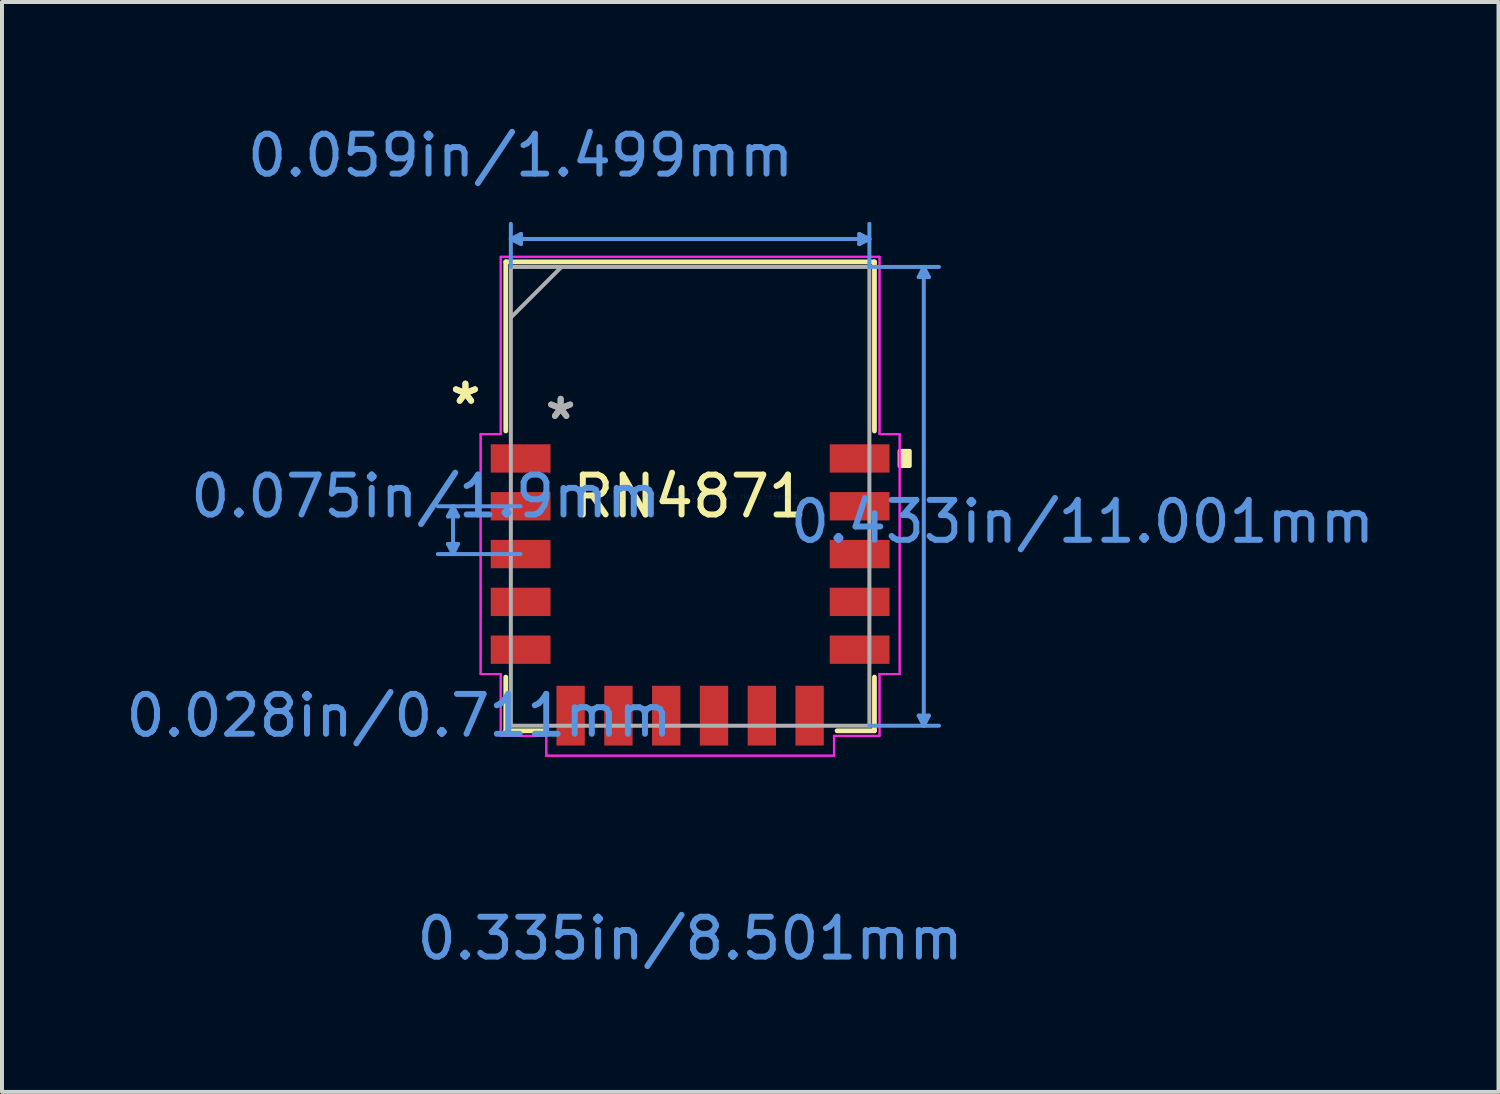
<source format=kicad_pcb>
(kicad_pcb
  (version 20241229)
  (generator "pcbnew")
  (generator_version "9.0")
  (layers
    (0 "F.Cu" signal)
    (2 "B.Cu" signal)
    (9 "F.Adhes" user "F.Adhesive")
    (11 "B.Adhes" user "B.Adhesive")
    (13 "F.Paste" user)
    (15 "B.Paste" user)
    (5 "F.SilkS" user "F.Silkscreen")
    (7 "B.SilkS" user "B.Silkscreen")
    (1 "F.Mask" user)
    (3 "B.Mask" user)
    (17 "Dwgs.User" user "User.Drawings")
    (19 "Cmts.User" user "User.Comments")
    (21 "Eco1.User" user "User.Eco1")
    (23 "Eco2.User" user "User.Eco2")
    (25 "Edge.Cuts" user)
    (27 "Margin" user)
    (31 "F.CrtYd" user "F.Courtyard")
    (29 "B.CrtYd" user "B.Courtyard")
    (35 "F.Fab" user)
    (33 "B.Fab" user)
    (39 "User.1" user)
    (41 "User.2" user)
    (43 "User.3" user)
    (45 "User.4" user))
  (footprint "RN4871"
    (layer "F.Cu")
    (at 14.257 9.397)
    (property "Reference" "RN4871" (at 0 0 0) (layer "F.SilkS") (effects (font (size 1 1) (thickness 0.15))))
    (attr through_hole)
    (fp_line (start -4.623 -5.88) (end -4.623 -1.638) (stroke (width 0.12) (type solid)) (layer "F.SilkS"))
    (fp_line (start -4.623 4.534) (end -4.623 5.88) (stroke (width 0.12) (type solid)) (layer "F.SilkS"))
    (fp_line (start -4.623 5.88) (end -3.686 5.88) (stroke (width 0.12) (type solid)) (layer "F.SilkS"))
    (fp_line (start 3.686 5.88) (end 4.623 5.88) (stroke (width 0.12) (type solid)) (layer "F.SilkS"))
    (fp_line (start 4.623 -5.88) (end -4.623 -5.88) (stroke (width 0.12) (type solid)) (layer "F.SilkS"))
    (fp_line (start 4.623 -1.638) (end 4.623 -5.88) (stroke (width 0.12) (type solid)) (layer "F.SilkS"))
    (fp_line (start 4.623 5.88) (end 4.623 4.534) (stroke (width 0.12) (type solid)) (layer "F.SilkS"))
    (fp_poly (pts (xy 5.508 -1.141) (xy 5.508 -0.76) (xy 5.254 -0.76) (xy 5.254 -1.141)) (stroke (width 0.1) (type solid)) (fill yes) (layer "F.SilkS"))
    (fp_line (start -6.073 1.194) (end -5.946 1.448) (stroke (width 0.1) (type solid)) (layer "Cmts.User"))
    (fp_line (start -6.073 0.503) (end -5.946 0.249) (stroke (width 0.1) (type solid)) (layer "Cmts.User"))
    (fp_line (start -6.073 0.503) (end -5.819 0.503) (stroke (width 0.1) (type solid)) (layer "Cmts.User"))
    (fp_line (start -5.946 0.249) (end -5.946 1.448) (stroke (width 0.1) (type solid)) (layer "Cmts.User"))
    (fp_line (start -5.819 1.194) (end -6.073 1.194) (stroke (width 0.1) (type solid)) (layer "Cmts.User"))
    (fp_line (start -5.819 1.194) (end -5.946 1.448) (stroke (width 0.1) (type solid)) (layer "Cmts.User"))
    (fp_line (start -5.819 0.503) (end -5.946 0.249) (stroke (width 0.1) (type solid)) (layer "Cmts.User"))
    (fp_line (start -4.496 -6.453) (end 4.496 -6.453) (stroke (width 0.1) (type solid)) (layer "Cmts.User"))
    (fp_line (start -4.496 -5.753) (end -4.496 -6.834) (stroke (width 0.1) (type solid)) (layer "Cmts.User"))
    (fp_line (start -4.251 0.249) (end -6.327 0.249) (stroke (width 0.1) (type solid)) (layer "Cmts.User"))
    (fp_line (start -4.251 1.448) (end -6.327 1.448) (stroke (width 0.1) (type solid)) (layer "Cmts.User"))
    (fp_line (start -4.242 -6.58) (end -4.496 -6.453) (stroke (width 0.1) (type solid)) (layer "Cmts.User"))
    (fp_line (start -4.242 -6.326) (end -4.496 -6.453) (stroke (width 0.1) (type solid)) (layer "Cmts.User"))
    (fp_line (start -4.242 -6.326) (end -4.242 -6.58) (stroke (width 0.1) (type solid)) (layer "Cmts.User"))
    (fp_line (start 4.242 -6.58) (end 4.242 -6.326) (stroke (width 0.1) (type solid)) (layer "Cmts.User"))
    (fp_line (start 4.242 -6.58) (end 4.496 -6.453) (stroke (width 0.1) (type solid)) (layer "Cmts.User"))
    (fp_line (start 4.242 -6.326) (end 4.496 -6.453) (stroke (width 0.1) (type solid)) (layer "Cmts.User"))
    (fp_line (start 4.496 -5.753) (end 4.496 -6.834) (stroke (width 0.1) (type solid)) (layer "Cmts.User"))
    (fp_line (start 4.496 -5.753) (end 6.241 -5.753) (stroke (width 0.1) (type solid)) (layer "Cmts.User"))
    (fp_line (start 4.496 5.753) (end 6.241 5.753) (stroke (width 0.1) (type solid)) (layer "Cmts.User"))
    (fp_line (start 5.733 5.499) (end 5.86 5.753) (stroke (width 0.1) (type solid)) (layer "Cmts.User"))
    (fp_line (start 5.733 -5.499) (end 5.86 -5.753) (stroke (width 0.1) (type solid)) (layer "Cmts.User"))
    (fp_line (start 5.733 -5.499) (end 5.987 -5.499) (stroke (width 0.1) (type solid)) (layer "Cmts.User"))
    (fp_line (start 5.86 -5.753) (end 5.86 5.753) (stroke (width 0.1) (type solid)) (layer "Cmts.User"))
    (fp_line (start 5.987 5.499) (end 5.733 5.499) (stroke (width 0.1) (type solid)) (layer "Cmts.User"))
    (fp_line (start 5.987 5.499) (end 5.86 5.753) (stroke (width 0.1) (type solid)) (layer "Cmts.User"))
    (fp_line (start 5.987 -5.499) (end 5.86 -5.753) (stroke (width 0.1) (type solid)) (layer "Cmts.User"))
    (fp_line (start -5.254 -1.56) (end -5.254 4.455) (stroke (width 0.05) (type solid)) (layer "F.CrtYd"))
    (fp_line (start -5.254 -1.56) (end -5.254 4.455) (stroke (width 0.05) (type solid)) (layer "F.CrtYd"))
    (fp_line (start -5.254 4.455) (end -4.75 4.455) (stroke (width 0.05) (type solid)) (layer "F.CrtYd"))
    (fp_line (start -5.254 4.455) (end -4.75 4.455) (stroke (width 0.05) (type solid)) (layer "F.CrtYd"))
    (fp_line (start -4.75 -6.007) (end -4.75 -1.56) (stroke (width 0.05) (type solid)) (layer "F.CrtYd"))
    (fp_line (start -4.75 -6.007) (end -4.75 -1.56) (stroke (width 0.05) (type solid)) (layer "F.CrtYd"))
    (fp_line (start -4.75 -1.56) (end -5.254 -1.56) (stroke (width 0.05) (type solid)) (layer "F.CrtYd"))
    (fp_line (start -4.75 -1.56) (end -5.254 -1.56) (stroke (width 0.05) (type solid)) (layer "F.CrtYd"))
    (fp_line (start -4.75 4.455) (end -4.75 6.007) (stroke (width 0.05) (type solid)) (layer "F.CrtYd"))
    (fp_line (start -4.75 4.455) (end -4.75 6.007) (stroke (width 0.05) (type solid)) (layer "F.CrtYd"))
    (fp_line (start -4.75 6.007) (end -3.607 6.007) (stroke (width 0.05) (type solid)) (layer "F.CrtYd"))
    (fp_line (start -4.75 6.007) (end -3.607 6.007) (stroke (width 0.05) (type solid)) (layer "F.CrtYd"))
    (fp_line (start -3.607 6.007) (end -3.607 6.504) (stroke (width 0.05) (type solid)) (layer "F.CrtYd"))
    (fp_line (start -3.607 6.007) (end -3.607 6.504) (stroke (width 0.05) (type solid)) (layer "F.CrtYd"))
    (fp_line (start -3.607 6.504) (end 3.607 6.504) (stroke (width 0.05) (type solid)) (layer "F.CrtYd"))
    (fp_line (start -3.607 6.504) (end 3.607 6.504) (stroke (width 0.05) (type solid)) (layer "F.CrtYd"))
    (fp_line (start 3.607 6.007) (end 4.75 6.007) (stroke (width 0.05) (type solid)) (layer "F.CrtYd"))
    (fp_line (start 3.607 6.007) (end 4.75 6.007) (stroke (width 0.05) (type solid)) (layer "F.CrtYd"))
    (fp_line (start 3.607 6.504) (end 3.607 6.007) (stroke (width 0.05) (type solid)) (layer "F.CrtYd"))
    (fp_line (start 3.607 6.504) (end 3.607 6.007) (stroke (width 0.05) (type solid)) (layer "F.CrtYd"))
    (fp_line (start 4.75 -6.007) (end -4.75 -6.007) (stroke (width 0.05) (type solid)) (layer "F.CrtYd"))
    (fp_line (start 4.75 -6.007) (end -4.75 -6.007) (stroke (width 0.05) (type solid)) (layer "F.CrtYd"))
    (fp_line (start 4.75 -1.56) (end 4.75 -6.007) (stroke (width 0.05) (type solid)) (layer "F.CrtYd"))
    (fp_line (start 4.75 -1.56) (end 4.75 -6.007) (stroke (width 0.05) (type solid)) (layer "F.CrtYd"))
    (fp_line (start 4.75 4.455) (end 5.254 4.455) (stroke (width 0.05) (type solid)) (layer "F.CrtYd"))
    (fp_line (start 4.75 4.455) (end 5.254 4.455) (stroke (width 0.05) (type solid)) (layer "F.CrtYd"))
    (fp_line (start 4.75 6.007) (end 4.75 4.455) (stroke (width 0.05) (type solid)) (layer "F.CrtYd"))
    (fp_line (start 4.75 6.007) (end 4.75 4.455) (stroke (width 0.05) (type solid)) (layer "F.CrtYd"))
    (fp_line (start 5.254 -1.56) (end 4.75 -1.56) (stroke (width 0.05) (type solid)) (layer "F.CrtYd"))
    (fp_line (start 5.254 -1.56) (end 4.75 -1.56) (stroke (width 0.05) (type solid)) (layer "F.CrtYd"))
    (fp_line (start 5.254 4.455) (end 5.254 -1.56) (stroke (width 0.05) (type solid)) (layer "F.CrtYd"))
    (fp_line (start 5.254 4.455) (end 5.254 -1.56) (stroke (width 0.05) (type solid)) (layer "F.CrtYd"))
    (fp_line (start -4.496 -5.753) (end -4.496 5.753) (stroke (width 0.1) (type solid)) (layer "F.Fab"))
    (fp_line (start -4.496 -4.483) (end -3.226 -5.753) (stroke (width 0.1) (type solid)) (layer "F.Fab"))
    (fp_line (start -4.496 5.753) (end 4.496 5.753) (stroke (width 0.1) (type solid)) (layer "F.Fab"))
    (fp_line (start 4.496 -5.753) (end -4.496 -5.753) (stroke (width 0.1) (type solid)) (layer "F.Fab"))
    (fp_line (start 4.496 5.753) (end 4.496 -5.753) (stroke (width 0.1) (type solid)) (layer "F.Fab"))
    (fp_text user "*" (at -5.635 -2.281 0) (layer "F.SilkS") (effects (font (size 1 1) (thickness 0.15))))
    (fp_text user "*" (at -5.635 -2.281 0) (layer "F.SilkS") (effects (font (size 1 1) (thickness 0.15))))
    (fp_text user "0.433in/11.001mm" (at 9.839 0.635 0) (layer "Cmts.User") (effects (font (size 1 1) (thickness 0.15))))
    (fp_text user "Copyright 2021 Accelerated Designs. All rights reserved." (at 0 0 0) (layer "Cmts.User") (effects (font (size 0.127 0.127) (thickness 0.002))))
    (fp_text user "0.335in/8.501mm" (at 0 11.088 0) (layer "Cmts.User") (effects (font (size 1 1) (thickness 0.15))))
    (fp_text user "0.059in/1.499mm" (at -4.251 -8.548 0) (layer "Cmts.User") (effects (font (size 1 1) (thickness 0.15))))
    (fp_text user "0.028in/0.711mm" (at -7.299 5.5 0) (layer "Cmts.User") (effects (font (size 1 1) (thickness 0.15))))
    (fp_text user "0.075in/1.9mm" (at -6.628 0 0) (layer "Cmts.User") (effects (font (size 1 1) (thickness 0.15))))
    (fp_text user "*" (at -3.247 -1.9 0) (layer "F.Fab") (effects (font (size 1 1) (thickness 0.15))))
    (fp_text user "*" (at -3.247 -1.9 0) (layer "F.Fab") (effects (font (size 1 1) (thickness 0.15))))
    (pad "1" smd rect (at -4.251 -0.95 90) (size 0.711 1.499) (layers "F.Cu" "F.Mask" "F.Paste"))
    (pad "2" smd rect (at -4.251 0.249 90) (size 0.711 1.499) (layers "F.Cu" "F.Mask" "F.Paste"))
    (pad "3" smd rect (at -4.251 1.448 90) (size 0.711 1.499) (layers "F.Cu" "F.Mask" "F.Paste"))
    (pad "4" smd rect (at -4.251 2.647 90) (size 0.711 1.499) (layers "F.Cu" "F.Mask" "F.Paste"))
    (pad "5" smd rect (at -4.251 3.846 90) (size 0.711 1.499) (layers "F.Cu" "F.Mask" "F.Paste"))
    (pad "6" smd rect (at -2.997 5.5) (size 0.711 1.499) (layers "F.Cu" "F.Mask" "F.Paste"))
    (pad "7" smd rect (at -1.798 5.5) (size 0.711 1.499) (layers "F.Cu" "F.Mask" "F.Paste"))
    (pad "8" smd rect (at -0.599 5.5) (size 0.711 1.499) (layers "F.Cu" "F.Mask" "F.Paste"))
    (pad "9" smd rect (at 0.599 5.5) (size 0.711 1.499) (layers "F.Cu" "F.Mask" "F.Paste"))
    (pad "10" smd rect (at 1.798 5.5) (size 0.711 1.499) (layers "F.Cu" "F.Mask" "F.Paste"))
    (pad "11" smd rect (at 2.997 5.5) (size 0.711 1.499) (layers "F.Cu" "F.Mask" "F.Paste"))
    (pad "12" smd rect (at 4.251 3.846 90) (size 0.711 1.499) (layers "F.Cu" "F.Mask" "F.Paste"))
    (pad "13" smd rect (at 4.251 2.647 90) (size 0.711 1.499) (layers "F.Cu" "F.Mask" "F.Paste"))
    (pad "14" smd rect (at 4.251 1.448 90) (size 0.711 1.499) (layers "F.Cu" "F.Mask" "F.Paste"))
    (pad "15" smd rect (at 4.251 0.249 90) (size 0.711 1.499) (layers "F.Cu" "F.Mask" "F.Paste"))
    (pad "16" smd rect (at 4.251 -0.95 90) (size 0.711 1.499) (layers "F.Cu" "F.Mask" "F.Paste")))
  (gr_rect
    (start -3 -3)
    (end 34.53 24.333)
    (stroke (width 0.1) (type default))
    (fill no)
    (layer "Edge.Cuts")))
</source>
